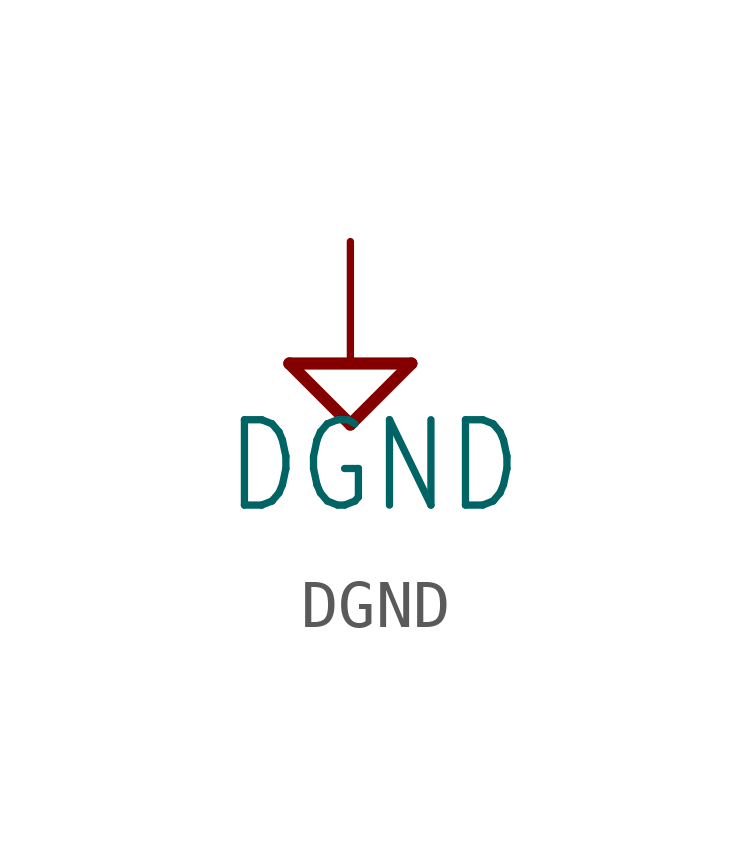
<source format=kicad_sym>
(kicad_symbol_lib
  (version 20220914)
  (generator kicad_symbol_editor)
  (symbol "DGND"
    (power)
    (property "Reference" "#SUPPLY"
      (at 0 0 0)
      (effects (font (size 1.27 1.27)) hide))
    (property "Value" "DGND"
      (at -2.667 -3.175 0)
      (effects (font (size 1.778 1.511)) (justify left bottom)))
    (property "ki_locked" ""
      (at 0 0 0)
      (effects (font (size 1.27 1.27))))
    (symbol "DGND_1_0"
      (polyline (pts (xy -1.27 0) (xy 1.27 0)) (stroke (width 0.254) (type solid)) (fill (type none)))
      (polyline (pts (xy 0 -1.27) (xy -1.27 0)) (stroke (width 0.254) (type solid)) (fill (type none)))
      (polyline (pts (xy 1.27 0) (xy 0 -1.27)) (stroke (width 0.254) (type solid)) (fill (type none)))
      (pin power_in line (at 0 2.54 270) (length 2.54) (name "DGND" (effects (font (size 0 0)))) (number "1" (effects (font (size 0 0))))))))
</source>
